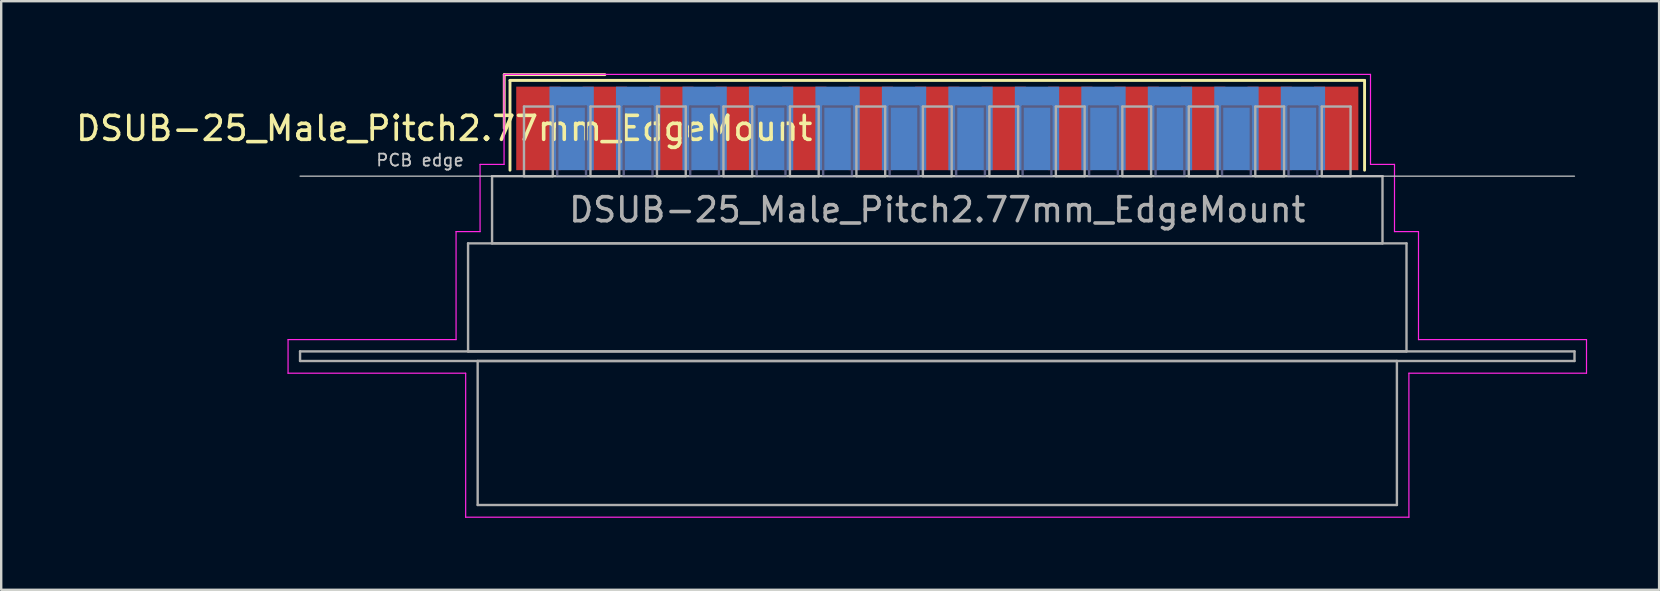
<source format=kicad_pcb>
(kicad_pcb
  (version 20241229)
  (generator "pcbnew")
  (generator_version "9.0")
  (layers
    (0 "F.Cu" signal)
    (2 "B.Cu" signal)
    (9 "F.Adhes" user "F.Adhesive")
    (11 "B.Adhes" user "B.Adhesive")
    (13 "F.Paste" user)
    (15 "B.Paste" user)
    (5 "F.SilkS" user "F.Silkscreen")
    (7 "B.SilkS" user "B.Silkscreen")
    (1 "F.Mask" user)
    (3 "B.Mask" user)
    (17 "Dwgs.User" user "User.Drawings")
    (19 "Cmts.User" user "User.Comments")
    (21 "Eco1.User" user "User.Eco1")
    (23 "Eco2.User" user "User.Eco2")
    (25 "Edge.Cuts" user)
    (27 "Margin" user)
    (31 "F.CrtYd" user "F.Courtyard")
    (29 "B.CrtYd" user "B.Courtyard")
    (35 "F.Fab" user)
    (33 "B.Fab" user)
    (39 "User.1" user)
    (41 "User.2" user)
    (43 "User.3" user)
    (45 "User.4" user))
  (footprint "DSUB-25_Male_Pitch2.77mm_EdgeMount"
    (layer "F.Cu")
    (at 36.002 2.3)
    (property "Reference" "DSUB-25_Male_Pitch2.77mm_EdgeMount" (at -20.543 0 0) (layer "F.SilkS") (effects (font (size 1 1) (thickness 0.15))))
    (attr smd)
    (fp_line (start -18.043 -2.24) (end -13.85 -2.24) (stroke (width 0.12) (type solid)) (layer "F.SilkS"))
    (fp_line (start -18.043 0) (end -18.043 -2.24) (stroke (width 0.12) (type solid)) (layer "F.SilkS"))
    (fp_line (start -17.803 -2) (end -17.803 1.74) (stroke (width 0.12) (type solid)) (layer "F.SilkS"))
    (fp_line (start 17.803 -2) (end -17.803 -2) (stroke (width 0.12) (type solid)) (layer "F.SilkS"))
    (fp_line (start 17.803 1.74) (end 17.803 -2) (stroke (width 0.12) (type solid)) (layer "F.SilkS"))
    (fp_line (start -26.55 1.99) (end 26.55 1.99) (stroke (width 0.05) (type solid)) (layer "Dwgs.User"))
    (fp_line (start -27.05 8.8) (end -20.05 8.8) (stroke (width 0.05) (type solid)) (layer "F.CrtYd"))
    (fp_line (start -27.05 10.2) (end -27.05 8.8) (stroke (width 0.05) (type solid)) (layer "F.CrtYd"))
    (fp_line (start -20.05 4.3) (end -19.05 4.3) (stroke (width 0.05) (type solid)) (layer "F.CrtYd"))
    (fp_line (start -20.05 8.8) (end -20.05 4.3) (stroke (width 0.05) (type solid)) (layer "F.CrtYd"))
    (fp_line (start -19.65 10.2) (end -27.05 10.2) (stroke (width 0.05) (type solid)) (layer "F.CrtYd"))
    (fp_line (start -19.65 16.2) (end -19.65 10.2) (stroke (width 0.05) (type solid)) (layer "F.CrtYd"))
    (fp_line (start -19.05 1.5) (end -18.05 1.5) (stroke (width 0.05) (type solid)) (layer "F.CrtYd"))
    (fp_line (start -19.05 4.3) (end -19.05 1.5) (stroke (width 0.05) (type solid)) (layer "F.CrtYd"))
    (fp_line (start -18.05 -2.25) (end 18.05 -2.25) (stroke (width 0.05) (type solid)) (layer "F.CrtYd"))
    (fp_line (start -18.05 1.5) (end -18.05 -2.25) (stroke (width 0.05) (type solid)) (layer "F.CrtYd"))
    (fp_line (start 18.05 -2.25) (end 18.05 1.5) (stroke (width 0.05) (type solid)) (layer "F.CrtYd"))
    (fp_line (start 18.05 1.5) (end 19.05 1.5) (stroke (width 0.05) (type solid)) (layer "F.CrtYd"))
    (fp_line (start 19.05 1.5) (end 19.05 4.3) (stroke (width 0.05) (type solid)) (layer "F.CrtYd"))
    (fp_line (start 19.05 4.3) (end 20.05 4.3) (stroke (width 0.05) (type solid)) (layer "F.CrtYd"))
    (fp_line (start 19.65 10.2) (end 19.65 16.2) (stroke (width 0.05) (type solid)) (layer "F.CrtYd"))
    (fp_line (start 19.65 16.2) (end -19.65 16.2) (stroke (width 0.05) (type solid)) (layer "F.CrtYd"))
    (fp_line (start 20.05 4.3) (end 20.05 8.8) (stroke (width 0.05) (type solid)) (layer "F.CrtYd"))
    (fp_line (start 20.05 8.8) (end 27.05 8.8) (stroke (width 0.05) (type solid)) (layer "F.CrtYd"))
    (fp_line (start 27.05 8.8) (end 27.05 10.2) (stroke (width 0.05) (type solid)) (layer "F.CrtYd"))
    (fp_line (start 27.05 10.2) (end 19.65 10.2) (stroke (width 0.05) (type solid)) (layer "F.CrtYd"))
    (fp_line (start -15.835 -0.91) (end -15.835 1.99) (stroke (width 0.1) (type solid)) (layer "B.Fab"))
    (fp_line (start -15.835 1.99) (end -14.635 1.99) (stroke (width 0.1) (type solid)) (layer "B.Fab"))
    (fp_line (start -14.635 -0.91) (end -15.835 -0.91) (stroke (width 0.1) (type solid)) (layer "B.Fab"))
    (fp_line (start -14.635 1.99) (end -14.635 -0.91) (stroke (width 0.1) (type solid)) (layer "B.Fab"))
    (fp_line (start -13.065 -0.91) (end -13.065 1.99) (stroke (width 0.1) (type solid)) (layer "B.Fab"))
    (fp_line (start -13.065 1.99) (end -11.865 1.99) (stroke (width 0.1) (type solid)) (layer "B.Fab"))
    (fp_line (start -11.865 -0.91) (end -13.065 -0.91) (stroke (width 0.1) (type solid)) (layer "B.Fab"))
    (fp_line (start -11.865 1.99) (end -11.865 -0.91) (stroke (width 0.1) (type solid)) (layer "B.Fab"))
    (fp_line (start -10.295 -0.91) (end -10.295 1.99) (stroke (width 0.1) (type solid)) (layer "B.Fab"))
    (fp_line (start -10.295 1.99) (end -9.095 1.99) (stroke (width 0.1) (type solid)) (layer "B.Fab"))
    (fp_line (start -9.095 -0.91) (end -10.295 -0.91) (stroke (width 0.1) (type solid)) (layer "B.Fab"))
    (fp_line (start -9.095 1.99) (end -9.095 -0.91) (stroke (width 0.1) (type solid)) (layer "B.Fab"))
    (fp_line (start -7.525 -0.91) (end -7.525 1.99) (stroke (width 0.1) (type solid)) (layer "B.Fab"))
    (fp_line (start -7.525 1.99) (end -6.325 1.99) (stroke (width 0.1) (type solid)) (layer "B.Fab"))
    (fp_line (start -6.325 -0.91) (end -7.525 -0.91) (stroke (width 0.1) (type solid)) (layer "B.Fab"))
    (fp_line (start -6.325 1.99) (end -6.325 -0.91) (stroke (width 0.1) (type solid)) (layer "B.Fab"))
    (fp_line (start -4.755 -0.91) (end -4.755 1.99) (stroke (width 0.1) (type solid)) (layer "B.Fab"))
    (fp_line (start -4.755 1.99) (end -3.555 1.99) (stroke (width 0.1) (type solid)) (layer "B.Fab"))
    (fp_line (start -3.555 -0.91) (end -4.755 -0.91) (stroke (width 0.1) (type solid)) (layer "B.Fab"))
    (fp_line (start -3.555 1.99) (end -3.555 -0.91) (stroke (width 0.1) (type solid)) (layer "B.Fab"))
    (fp_line (start -1.985 -0.91) (end -1.985 1.99) (stroke (width 0.1) (type solid)) (layer "B.Fab"))
    (fp_line (start -1.985 1.99) (end -0.785 1.99) (stroke (width 0.1) (type solid)) (layer "B.Fab"))
    (fp_line (start -0.785 -0.91) (end -1.985 -0.91) (stroke (width 0.1) (type solid)) (layer "B.Fab"))
    (fp_line (start -0.785 1.99) (end -0.785 -0.91) (stroke (width 0.1) (type solid)) (layer "B.Fab"))
    (fp_line (start 0.785 -0.91) (end 0.785 1.99) (stroke (width 0.1) (type solid)) (layer "B.Fab"))
    (fp_line (start 0.785 1.99) (end 1.985 1.99) (stroke (width 0.1) (type solid)) (layer "B.Fab"))
    (fp_line (start 1.985 -0.91) (end 0.785 -0.91) (stroke (width 0.1) (type solid)) (layer "B.Fab"))
    (fp_line (start 1.985 1.99) (end 1.985 -0.91) (stroke (width 0.1) (type solid)) (layer "B.Fab"))
    (fp_line (start 3.555 -0.91) (end 3.555 1.99) (stroke (width 0.1) (type solid)) (layer "B.Fab"))
    (fp_line (start 3.555 1.99) (end 4.755 1.99) (stroke (width 0.1) (type solid)) (layer "B.Fab"))
    (fp_line (start 4.755 -0.91) (end 3.555 -0.91) (stroke (width 0.1) (type solid)) (layer "B.Fab"))
    (fp_line (start 4.755 1.99) (end 4.755 -0.91) (stroke (width 0.1) (type solid)) (layer "B.Fab"))
    (fp_line (start 6.325 -0.91) (end 6.325 1.99) (stroke (width 0.1) (type solid)) (layer "B.Fab"))
    (fp_line (start 6.325 1.99) (end 7.525 1.99) (stroke (width 0.1) (type solid)) (layer "B.Fab"))
    (fp_line (start 7.525 -0.91) (end 6.325 -0.91) (stroke (width 0.1) (type solid)) (layer "B.Fab"))
    (fp_line (start 7.525 1.99) (end 7.525 -0.91) (stroke (width 0.1) (type solid)) (layer "B.Fab"))
    (fp_line (start 9.095 -0.91) (end 9.095 1.99) (stroke (width 0.1) (type solid)) (layer "B.Fab"))
    (fp_line (start 9.095 1.99) (end 10.295 1.99) (stroke (width 0.1) (type solid)) (layer "B.Fab"))
    (fp_line (start 10.295 -0.91) (end 9.095 -0.91) (stroke (width 0.1) (type solid)) (layer "B.Fab"))
    (fp_line (start 10.295 1.99) (end 10.295 -0.91) (stroke (width 0.1) (type solid)) (layer "B.Fab"))
    (fp_line (start 11.865 -0.91) (end 11.865 1.99) (stroke (width 0.1) (type solid)) (layer "B.Fab"))
    (fp_line (start 11.865 1.99) (end 13.065 1.99) (stroke (width 0.1) (type solid)) (layer "B.Fab"))
    (fp_line (start 13.065 -0.91) (end 11.865 -0.91) (stroke (width 0.1) (type solid)) (layer "B.Fab"))
    (fp_line (start 13.065 1.99) (end 13.065 -0.91) (stroke (width 0.1) (type solid)) (layer "B.Fab"))
    (fp_line (start 14.635 -0.91) (end 14.635 1.99) (stroke (width 0.1) (type solid)) (layer "B.Fab"))
    (fp_line (start 14.635 1.99) (end 15.835 1.99) (stroke (width 0.1) (type solid)) (layer "B.Fab"))
    (fp_line (start 15.835 -0.91) (end 14.635 -0.91) (stroke (width 0.1) (type solid)) (layer "B.Fab"))
    (fp_line (start 15.835 1.99) (end 15.835 -0.91) (stroke (width 0.1) (type solid)) (layer "B.Fab"))
    (fp_line (start -26.55 9.29) (end -26.55 9.69) (stroke (width 0.1) (type solid)) (layer "F.Fab"))
    (fp_line (start -26.55 9.69) (end 26.55 9.69) (stroke (width 0.1) (type solid)) (layer "F.Fab"))
    (fp_line (start -19.55 4.79) (end -19.55 9.29) (stroke (width 0.1) (type solid)) (layer "F.Fab"))
    (fp_line (start -19.55 9.29) (end 19.55 9.29) (stroke (width 0.1) (type solid)) (layer "F.Fab"))
    (fp_line (start -19.15 9.69) (end -19.15 15.69) (stroke (width 0.1) (type solid)) (layer "F.Fab"))
    (fp_line (start -19.15 15.69) (end 19.15 15.69) (stroke (width 0.1) (type solid)) (layer "F.Fab"))
    (fp_line (start -18.55 1.99) (end -18.55 4.79) (stroke (width 0.1) (type solid)) (layer "F.Fab"))
    (fp_line (start -18.55 4.79) (end 18.55 4.79) (stroke (width 0.1) (type solid)) (layer "F.Fab"))
    (fp_line (start -17.22 -0.91) (end -17.22 1.99) (stroke (width 0.1) (type solid)) (layer "F.Fab"))
    (fp_line (start -17.22 1.99) (end -16.02 1.99) (stroke (width 0.1) (type solid)) (layer "F.Fab"))
    (fp_line (start -16.02 -0.91) (end -17.22 -0.91) (stroke (width 0.1) (type solid)) (layer "F.Fab"))
    (fp_line (start -16.02 1.99) (end -16.02 -0.91) (stroke (width 0.1) (type solid)) (layer "F.Fab"))
    (fp_line (start -14.45 -0.91) (end -14.45 1.99) (stroke (width 0.1) (type solid)) (layer "F.Fab"))
    (fp_line (start -14.45 1.99) (end -13.25 1.99) (stroke (width 0.1) (type solid)) (layer "F.Fab"))
    (fp_line (start -13.25 -0.91) (end -14.45 -0.91) (stroke (width 0.1) (type solid)) (layer "F.Fab"))
    (fp_line (start -13.25 1.99) (end -13.25 -0.91) (stroke (width 0.1) (type solid)) (layer "F.Fab"))
    (fp_line (start -11.68 -0.91) (end -11.68 1.99) (stroke (width 0.1) (type solid)) (layer "F.Fab"))
    (fp_line (start -11.68 1.99) (end -10.48 1.99) (stroke (width 0.1) (type solid)) (layer "F.Fab"))
    (fp_line (start -10.48 -0.91) (end -11.68 -0.91) (stroke (width 0.1) (type solid)) (layer "F.Fab"))
    (fp_line (start -10.48 1.99) (end -10.48 -0.91) (stroke (width 0.1) (type solid)) (layer "F.Fab"))
    (fp_line (start -8.91 -0.91) (end -8.91 1.99) (stroke (width 0.1) (type solid)) (layer "F.Fab"))
    (fp_line (start -8.91 1.99) (end -7.71 1.99) (stroke (width 0.1) (type solid)) (layer "F.Fab"))
    (fp_line (start -7.71 -0.91) (end -8.91 -0.91) (stroke (width 0.1) (type solid)) (layer "F.Fab"))
    (fp_line (start -7.71 1.99) (end -7.71 -0.91) (stroke (width 0.1) (type solid)) (layer "F.Fab"))
    (fp_line (start -6.14 -0.91) (end -6.14 1.99) (stroke (width 0.1) (type solid)) (layer "F.Fab"))
    (fp_line (start -6.14 1.99) (end -4.94 1.99) (stroke (width 0.1) (type solid)) (layer "F.Fab"))
    (fp_line (start -4.94 -0.91) (end -6.14 -0.91) (stroke (width 0.1) (type solid)) (layer "F.Fab"))
    (fp_line (start -4.94 1.99) (end -4.94 -0.91) (stroke (width 0.1) (type solid)) (layer "F.Fab"))
    (fp_line (start -3.37 -0.91) (end -3.37 1.99) (stroke (width 0.1) (type solid)) (layer "F.Fab"))
    (fp_line (start -3.37 1.99) (end -2.17 1.99) (stroke (width 0.1) (type solid)) (layer "F.Fab"))
    (fp_line (start -2.17 -0.91) (end -3.37 -0.91) (stroke (width 0.1) (type solid)) (layer "F.Fab"))
    (fp_line (start -2.17 1.99) (end -2.17 -0.91) (stroke (width 0.1) (type solid)) (layer "F.Fab"))
    (fp_line (start -0.6 -0.91) (end -0.6 1.99) (stroke (width 0.1) (type solid)) (layer "F.Fab"))
    (fp_line (start -0.6 1.99) (end 0.6 1.99) (stroke (width 0.1) (type solid)) (layer "F.Fab"))
    (fp_line (start 0.6 -0.91) (end -0.6 -0.91) (stroke (width 0.1) (type solid)) (layer "F.Fab"))
    (fp_line (start 0.6 1.99) (end 0.6 -0.91) (stroke (width 0.1) (type solid)) (layer "F.Fab"))
    (fp_line (start 2.17 -0.91) (end 2.17 1.99) (stroke (width 0.1) (type solid)) (layer "F.Fab"))
    (fp_line (start 2.17 1.99) (end 3.37 1.99) (stroke (width 0.1) (type solid)) (layer "F.Fab"))
    (fp_line (start 3.37 -0.91) (end 2.17 -0.91) (stroke (width 0.1) (type solid)) (layer "F.Fab"))
    (fp_line (start 3.37 1.99) (end 3.37 -0.91) (stroke (width 0.1) (type solid)) (layer "F.Fab"))
    (fp_line (start 4.94 -0.91) (end 4.94 1.99) (stroke (width 0.1) (type solid)) (layer "F.Fab"))
    (fp_line (start 4.94 1.99) (end 6.14 1.99) (stroke (width 0.1) (type solid)) (layer "F.Fab"))
    (fp_line (start 6.14 -0.91) (end 4.94 -0.91) (stroke (width 0.1) (type solid)) (layer "F.Fab"))
    (fp_line (start 6.14 1.99) (end 6.14 -0.91) (stroke (width 0.1) (type solid)) (layer "F.Fab"))
    (fp_line (start 7.71 -0.91) (end 7.71 1.99) (stroke (width 0.1) (type solid)) (layer "F.Fab"))
    (fp_line (start 7.71 1.99) (end 8.91 1.99) (stroke (width 0.1) (type solid)) (layer "F.Fab"))
    (fp_line (start 8.91 -0.91) (end 7.71 -0.91) (stroke (width 0.1) (type solid)) (layer "F.Fab"))
    (fp_line (start 8.91 1.99) (end 8.91 -0.91) (stroke (width 0.1) (type solid)) (layer "F.Fab"))
    (fp_line (start 10.48 -0.91) (end 10.48 1.99) (stroke (width 0.1) (type solid)) (layer "F.Fab"))
    (fp_line (start 10.48 1.99) (end 11.68 1.99) (stroke (width 0.1) (type solid)) (layer "F.Fab"))
    (fp_line (start 11.68 -0.91) (end 10.48 -0.91) (stroke (width 0.1) (type solid)) (layer "F.Fab"))
    (fp_line (start 11.68 1.99) (end 11.68 -0.91) (stroke (width 0.1) (type solid)) (layer "F.Fab"))
    (fp_line (start 13.25 -0.91) (end 13.25 1.99) (stroke (width 0.1) (type solid)) (layer "F.Fab"))
    (fp_line (start 13.25 1.99) (end 14.45 1.99) (stroke (width 0.1) (type solid)) (layer "F.Fab"))
    (fp_line (start 14.45 -0.91) (end 13.25 -0.91) (stroke (width 0.1) (type solid)) (layer "F.Fab"))
    (fp_line (start 14.45 1.99) (end 14.45 -0.91) (stroke (width 0.1) (type solid)) (layer "F.Fab"))
    (fp_line (start 16.02 -0.91) (end 16.02 1.99) (stroke (width 0.1) (type solid)) (layer "F.Fab"))
    (fp_line (start 16.02 1.99) (end 17.22 1.99) (stroke (width 0.1) (type solid)) (layer "F.Fab"))
    (fp_line (start 17.22 -0.91) (end 16.02 -0.91) (stroke (width 0.1) (type solid)) (layer "F.Fab"))
    (fp_line (start 17.22 1.99) (end 17.22 -0.91) (stroke (width 0.1) (type solid)) (layer "F.Fab"))
    (fp_line (start 18.55 1.99) (end -18.55 1.99) (stroke (width 0.1) (type solid)) (layer "F.Fab"))
    (fp_line (start 18.55 4.79) (end 18.55 1.99) (stroke (width 0.1) (type solid)) (layer "F.Fab"))
    (fp_line (start 19.15 9.69) (end -19.15 9.69) (stroke (width 0.1) (type solid)) (layer "F.Fab"))
    (fp_line (start 19.15 15.69) (end 19.15 9.69) (stroke (width 0.1) (type solid)) (layer "F.Fab"))
    (fp_line (start 19.55 4.79) (end -19.55 4.79) (stroke (width 0.1) (type solid)) (layer "F.Fab"))
    (fp_line (start 19.55 9.29) (end 19.55 4.79) (stroke (width 0.1) (type solid)) (layer "F.Fab"))
    (fp_line (start 26.55 9.29) (end -26.55 9.29) (stroke (width 0.1) (type solid)) (layer "F.Fab"))
    (fp_line (start 26.55 9.69) (end 26.55 9.29) (stroke (width 0.1) (type solid)) (layer "F.Fab"))
    (fp_text user "PCB edge" (at -21.55 1.323 0) (layer "Dwgs.User") (effects (font (size 0.5 0.5) (thickness 0.075))))
    (fp_text user "${REFERENCE}" (at 0 3.39 0) (layer "F.Fab") (effects (font (size 1 1) (thickness 0.15))))
    (pad "1" smd rect (at -16.62 0) (size 1.847 3.48) (layers "F.Cu" "F.Mask" "F.Paste"))
    (pad "2" smd rect (at -13.85 0) (size 1.847 3.48) (layers "F.Cu" "F.Mask" "F.Paste"))
    (pad "3" smd rect (at -11.08 0) (size 1.847 3.48) (layers "F.Cu" "F.Mask" "F.Paste"))
    (pad "4" smd rect (at -8.31 0) (size 1.847 3.48) (layers "F.Cu" "F.Mask" "F.Paste"))
    (pad "5" smd rect (at -5.54 0) (size 1.847 3.48) (layers "F.Cu" "F.Mask" "F.Paste"))
    (pad "6" smd rect (at -2.77 0) (size 1.847 3.48) (layers "F.Cu" "F.Mask" "F.Paste"))
    (pad "7" smd rect (at 0 0) (size 1.847 3.48) (layers "F.Cu" "F.Mask" "F.Paste"))
    (pad "8" smd rect (at 2.77 0) (size 1.847 3.48) (layers "F.Cu" "F.Mask" "F.Paste"))
    (pad "9" smd rect (at 5.54 0) (size 1.847 3.48) (layers "F.Cu" "F.Mask" "F.Paste"))
    (pad "10" smd rect (at 8.31 0) (size 1.847 3.48) (layers "F.Cu" "F.Mask" "F.Paste"))
    (pad "11" smd rect (at 11.08 0) (size 1.847 3.48) (layers "F.Cu" "F.Mask" "F.Paste"))
    (pad "12" smd rect (at 13.85 0) (size 1.847 3.48) (layers "F.Cu" "F.Mask" "F.Paste"))
    (pad "13" smd rect (at 16.62 0) (size 1.847 3.48) (layers "F.Cu" "F.Mask" "F.Paste"))
    (pad "14" smd rect (at -15.235 0) (size 1.847 3.48) (layers "B.Cu" "B.Mask" "B.Paste"))
    (pad "15" smd rect (at -12.465 0) (size 1.847 3.48) (layers "B.Cu" "B.Mask" "B.Paste"))
    (pad "16" smd rect (at -9.695 0) (size 1.847 3.48) (layers "B.Cu" "B.Mask" "B.Paste"))
    (pad "17" smd rect (at -6.925 0) (size 1.847 3.48) (layers "B.Cu" "B.Mask" "B.Paste"))
    (pad "18" smd rect (at -4.155 0) (size 1.847 3.48) (layers "B.Cu" "B.Mask" "B.Paste"))
    (pad "19" smd rect (at -1.385 0) (size 1.847 3.48) (layers "B.Cu" "B.Mask" "B.Paste"))
    (pad "20" smd rect (at 1.385 0) (size 1.847 3.48) (layers "B.Cu" "B.Mask" "B.Paste"))
    (pad "21" smd rect (at 4.155 0) (size 1.847 3.48) (layers "B.Cu" "B.Mask" "B.Paste"))
    (pad "22" smd rect (at 6.925 0) (size 1.847 3.48) (layers "B.Cu" "B.Mask" "B.Paste"))
    (pad "23" smd rect (at 9.695 0) (size 1.847 3.48) (layers "B.Cu" "B.Mask" "B.Paste"))
    (pad "24" smd rect (at 12.465 0) (size 1.847 3.48) (layers "B.Cu" "B.Mask" "B.Paste"))
    (pad "25" smd rect (at 15.235 0) (size 1.847 3.48) (layers "B.Cu" "B.Mask" "B.Paste")))
  (gr_rect
    (start -3 -3)
    (end 66.077 21.525)
    (stroke (width 0.1) (type default))
    (fill no)
    (layer "Edge.Cuts")))
</source>
